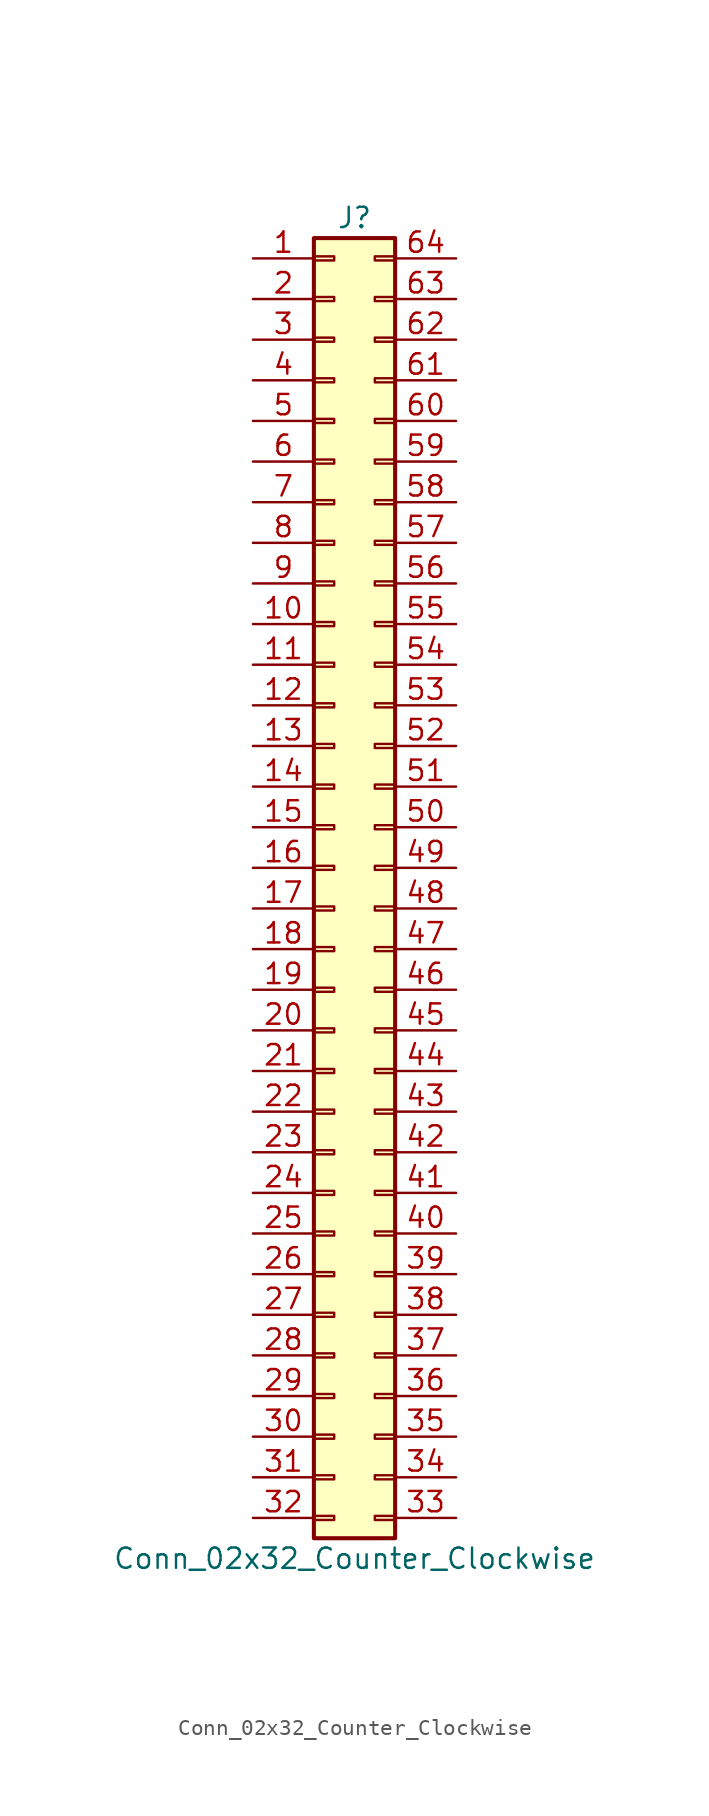
<source format=kicad_sym>
(kicad_symbol_lib
  (version 20201005)
  (generator kicad_symbol_editor)
  (symbol "Conn_02x32_Counter_Clockwise"
    (pin_names
      (offset 1.016) hide)
    (property "Reference" "J"
      (at 1.27 40.64 0)
      (effects (font (size 1.27 1.27))))
    (property "Value" "Conn_02x32_Counter_Clockwise"
      (at 1.27 -43.18 0)
      (effects (font (size 1.27 1.27))))
    (symbol "Conn_02x32_Counter_Clockwise_1_1"
      (rectangle (start -1.27 -40.513) (end 0 -40.767) (stroke (width 0.152)) (fill (type none)))
      (rectangle (start -1.27 -37.973) (end 0 -38.227) (stroke (width 0.152)) (fill (type none)))
      (rectangle (start -1.27 -35.433) (end 0 -35.687) (stroke (width 0.152)) (fill (type none)))
      (rectangle (start -1.27 -32.893) (end 0 -33.147) (stroke (width 0.152)) (fill (type none)))
      (rectangle (start -1.27 -30.353) (end 0 -30.607) (stroke (width 0.152)) (fill (type none)))
      (rectangle (start -1.27 -27.813) (end 0 -28.067) (stroke (width 0.152)) (fill (type none)))
      (rectangle (start -1.27 -25.273) (end 0 -25.527) (stroke (width 0.152)) (fill (type none)))
      (rectangle (start -1.27 -22.733) (end 0 -22.987) (stroke (width 0.152)) (fill (type none)))
      (rectangle (start -1.27 -20.193) (end 0 -20.447) (stroke (width 0.152)) (fill (type none)))
      (rectangle (start -1.27 -17.653) (end 0 -17.907) (stroke (width 0.152)) (fill (type none)))
      (rectangle (start -1.27 -15.113) (end 0 -15.367) (stroke (width 0.152)) (fill (type none)))
      (rectangle (start -1.27 -12.573) (end 0 -12.827) (stroke (width 0.152)) (fill (type none)))
      (rectangle (start -1.27 -10.033) (end 0 -10.287) (stroke (width 0.152)) (fill (type none)))
      (rectangle (start -1.27 -7.493) (end 0 -7.747) (stroke (width 0.152)) (fill (type none)))
      (rectangle (start -1.27 -4.953) (end 0 -5.207) (stroke (width 0.152)) (fill (type none)))
      (rectangle (start -1.27 -2.413) (end 0 -2.667) (stroke (width 0.152)) (fill (type none)))
      (rectangle (start -1.27 0.127) (end 0 -0.127) (stroke (width 0.152)) (fill (type none)))
      (rectangle (start -1.27 2.667) (end 0 2.413) (stroke (width 0.152)) (fill (type none)))
      (rectangle (start -1.27 5.207) (end 0 4.953) (stroke (width 0.152)) (fill (type none)))
      (rectangle (start -1.27 7.747) (end 0 7.493) (stroke (width 0.152)) (fill (type none)))
      (rectangle (start -1.27 10.287) (end 0 10.033) (stroke (width 0.152)) (fill (type none)))
      (rectangle (start -1.27 12.827) (end 0 12.573) (stroke (width 0.152)) (fill (type none)))
      (rectangle (start -1.27 15.367) (end 0 15.113) (stroke (width 0.152)) (fill (type none)))
      (rectangle (start -1.27 17.907) (end 0 17.653) (stroke (width 0.152)) (fill (type none)))
      (rectangle (start -1.27 20.447) (end 0 20.193) (stroke (width 0.152)) (fill (type none)))
      (rectangle (start -1.27 22.987) (end 0 22.733) (stroke (width 0.152)) (fill (type none)))
      (rectangle (start -1.27 25.527) (end 0 25.273) (stroke (width 0.152)) (fill (type none)))
      (rectangle (start -1.27 28.067) (end 0 27.813) (stroke (width 0.152)) (fill (type none)))
      (rectangle (start -1.27 30.607) (end 0 30.353) (stroke (width 0.152)) (fill (type none)))
      (rectangle (start -1.27 33.147) (end 0 32.893) (stroke (width 0.152)) (fill (type none)))
      (rectangle (start -1.27 35.687) (end 0 35.433) (stroke (width 0.152)) (fill (type none)))
      (rectangle (start -1.27 38.227) (end 0 37.973) (stroke (width 0.152)) (fill (type none)))
      (rectangle (start -1.27 39.37) (end 3.81 -41.91) (stroke (width 0.254)) (fill (type background)))
      (rectangle (start 3.81 -40.513) (end 2.54 -40.767) (stroke (width 0.152)) (fill (type none)))
      (rectangle (start 3.81 -37.973) (end 2.54 -38.227) (stroke (width 0.152)) (fill (type none)))
      (rectangle (start 3.81 -35.433) (end 2.54 -35.687) (stroke (width 0.152)) (fill (type none)))
      (rectangle (start 3.81 -32.893) (end 2.54 -33.147) (stroke (width 0.152)) (fill (type none)))
      (rectangle (start 3.81 -30.353) (end 2.54 -30.607) (stroke (width 0.152)) (fill (type none)))
      (rectangle (start 3.81 -27.813) (end 2.54 -28.067) (stroke (width 0.152)) (fill (type none)))
      (rectangle (start 3.81 -25.273) (end 2.54 -25.527) (stroke (width 0.152)) (fill (type none)))
      (rectangle (start 3.81 -22.733) (end 2.54 -22.987) (stroke (width 0.152)) (fill (type none)))
      (rectangle (start 3.81 -20.193) (end 2.54 -20.447) (stroke (width 0.152)) (fill (type none)))
      (rectangle (start 3.81 -17.653) (end 2.54 -17.907) (stroke (width 0.152)) (fill (type none)))
      (rectangle (start 3.81 -15.113) (end 2.54 -15.367) (stroke (width 0.152)) (fill (type none)))
      (rectangle (start 3.81 -12.573) (end 2.54 -12.827) (stroke (width 0.152)) (fill (type none)))
      (rectangle (start 3.81 -10.033) (end 2.54 -10.287) (stroke (width 0.152)) (fill (type none)))
      (rectangle (start 3.81 -7.493) (end 2.54 -7.747) (stroke (width 0.152)) (fill (type none)))
      (rectangle (start 3.81 -4.953) (end 2.54 -5.207) (stroke (width 0.152)) (fill (type none)))
      (rectangle (start 3.81 -2.413) (end 2.54 -2.667) (stroke (width 0.152)) (fill (type none)))
      (rectangle (start 3.81 0.127) (end 2.54 -0.127) (stroke (width 0.152)) (fill (type none)))
      (rectangle (start 3.81 2.667) (end 2.54 2.413) (stroke (width 0.152)) (fill (type none)))
      (rectangle (start 3.81 5.207) (end 2.54 4.953) (stroke (width 0.152)) (fill (type none)))
      (rectangle (start 3.81 7.747) (end 2.54 7.493) (stroke (width 0.152)) (fill (type none)))
      (rectangle (start 3.81 10.287) (end 2.54 10.033) (stroke (width 0.152)) (fill (type none)))
      (rectangle (start 3.81 12.827) (end 2.54 12.573) (stroke (width 0.152)) (fill (type none)))
      (rectangle (start 3.81 15.367) (end 2.54 15.113) (stroke (width 0.152)) (fill (type none)))
      (rectangle (start 3.81 17.907) (end 2.54 17.653) (stroke (width 0.152)) (fill (type none)))
      (rectangle (start 3.81 20.447) (end 2.54 20.193) (stroke (width 0.152)) (fill (type none)))
      (rectangle (start 3.81 22.987) (end 2.54 22.733) (stroke (width 0.152)) (fill (type none)))
      (rectangle (start 3.81 25.527) (end 2.54 25.273) (stroke (width 0.152)) (fill (type none)))
      (rectangle (start 3.81 28.067) (end 2.54 27.813) (stroke (width 0.152)) (fill (type none)))
      (rectangle (start 3.81 30.607) (end 2.54 30.353) (stroke (width 0.152)) (fill (type none)))
      (rectangle (start 3.81 33.147) (end 2.54 32.893) (stroke (width 0.152)) (fill (type none)))
      (rectangle (start 3.81 35.687) (end 2.54 35.433) (stroke (width 0.152)) (fill (type none)))
      (rectangle (start 3.81 38.227) (end 2.54 37.973) (stroke (width 0.152)) (fill (type none)))
      (pin passive line (at -5.08 38.1 0) (length 3.81) (name "Pin_1" (effects (font (size 1.27 1.27)))) (number "1" (effects (font (size 1.27 1.27)))))
      (pin passive line (at -5.08 15.24 0) (length 3.81) (name "Pin_10" (effects (font (size 1.27 1.27)))) (number "10" (effects (font (size 1.27 1.27)))))
      (pin passive line (at -5.08 12.7 0) (length 3.81) (name "Pin_11" (effects (font (size 1.27 1.27)))) (number "11" (effects (font (size 1.27 1.27)))))
      (pin passive line (at -5.08 10.16 0) (length 3.81) (name "Pin_12" (effects (font (size 1.27 1.27)))) (number "12" (effects (font (size 1.27 1.27)))))
      (pin passive line (at -5.08 7.62 0) (length 3.81) (name "Pin_13" (effects (font (size 1.27 1.27)))) (number "13" (effects (font (size 1.27 1.27)))))
      (pin passive line (at -5.08 5.08 0) (length 3.81) (name "Pin_14" (effects (font (size 1.27 1.27)))) (number "14" (effects (font (size 1.27 1.27)))))
      (pin passive line (at -5.08 2.54 0) (length 3.81) (name "Pin_15" (effects (font (size 1.27 1.27)))) (number "15" (effects (font (size 1.27 1.27)))))
      (pin passive line (at -5.08 0 0) (length 3.81) (name "Pin_16" (effects (font (size 1.27 1.27)))) (number "16" (effects (font (size 1.27 1.27)))))
      (pin passive line (at -5.08 -2.54 0) (length 3.81) (name "Pin_17" (effects (font (size 1.27 1.27)))) (number "17" (effects (font (size 1.27 1.27)))))
      (pin passive line (at -5.08 -5.08 0) (length 3.81) (name "Pin_18" (effects (font (size 1.27 1.27)))) (number "18" (effects (font (size 1.27 1.27)))))
      (pin passive line (at -5.08 -7.62 0) (length 3.81) (name "Pin_19" (effects (font (size 1.27 1.27)))) (number "19" (effects (font (size 1.27 1.27)))))
      (pin passive line (at -5.08 35.56 0) (length 3.81) (name "Pin_2" (effects (font (size 1.27 1.27)))) (number "2" (effects (font (size 1.27 1.27)))))
      (pin passive line (at -5.08 -10.16 0) (length 3.81) (name "Pin_20" (effects (font (size 1.27 1.27)))) (number "20" (effects (font (size 1.27 1.27)))))
      (pin passive line (at -5.08 -12.7 0) (length 3.81) (name "Pin_21" (effects (font (size 1.27 1.27)))) (number "21" (effects (font (size 1.27 1.27)))))
      (pin passive line (at -5.08 -15.24 0) (length 3.81) (name "Pin_22" (effects (font (size 1.27 1.27)))) (number "22" (effects (font (size 1.27 1.27)))))
      (pin passive line (at -5.08 -17.78 0) (length 3.81) (name "Pin_23" (effects (font (size 1.27 1.27)))) (number "23" (effects (font (size 1.27 1.27)))))
      (pin passive line (at -5.08 -20.32 0) (length 3.81) (name "Pin_24" (effects (font (size 1.27 1.27)))) (number "24" (effects (font (size 1.27 1.27)))))
      (pin passive line (at -5.08 -22.86 0) (length 3.81) (name "Pin_25" (effects (font (size 1.27 1.27)))) (number "25" (effects (font (size 1.27 1.27)))))
      (pin passive line (at -5.08 -25.4 0) (length 3.81) (name "Pin_26" (effects (font (size 1.27 1.27)))) (number "26" (effects (font (size 1.27 1.27)))))
      (pin passive line (at -5.08 -27.94 0) (length 3.81) (name "Pin_27" (effects (font (size 1.27 1.27)))) (number "27" (effects (font (size 1.27 1.27)))))
      (pin passive line (at -5.08 -30.48 0) (length 3.81) (name "Pin_28" (effects (font (size 1.27 1.27)))) (number "28" (effects (font (size 1.27 1.27)))))
      (pin passive line (at -5.08 -33.02 0) (length 3.81) (name "Pin_29" (effects (font (size 1.27 1.27)))) (number "29" (effects (font (size 1.27 1.27)))))
      (pin passive line (at -5.08 33.02 0) (length 3.81) (name "Pin_3" (effects (font (size 1.27 1.27)))) (number "3" (effects (font (size 1.27 1.27)))))
      (pin passive line (at -5.08 -35.56 0) (length 3.81) (name "Pin_30" (effects (font (size 1.27 1.27)))) (number "30" (effects (font (size 1.27 1.27)))))
      (pin passive line (at -5.08 -38.1 0) (length 3.81) (name "Pin_31" (effects (font (size 1.27 1.27)))) (number "31" (effects (font (size 1.27 1.27)))))
      (pin passive line (at -5.08 -40.64 0) (length 3.81) (name "Pin_32" (effects (font (size 1.27 1.27)))) (number "32" (effects (font (size 1.27 1.27)))))
      (pin passive line (at 7.62 -40.64 180) (length 3.81) (name "Pin_33" (effects (font (size 1.27 1.27)))) (number "33" (effects (font (size 1.27 1.27)))))
      (pin passive line (at 7.62 -38.1 180) (length 3.81) (name "Pin_34" (effects (font (size 1.27 1.27)))) (number "34" (effects (font (size 1.27 1.27)))))
      (pin passive line (at 7.62 -35.56 180) (length 3.81) (name "Pin_35" (effects (font (size 1.27 1.27)))) (number "35" (effects (font (size 1.27 1.27)))))
      (pin passive line (at 7.62 -33.02 180) (length 3.81) (name "Pin_36" (effects (font (size 1.27 1.27)))) (number "36" (effects (font (size 1.27 1.27)))))
      (pin passive line (at 7.62 -30.48 180) (length 3.81) (name "Pin_37" (effects (font (size 1.27 1.27)))) (number "37" (effects (font (size 1.27 1.27)))))
      (pin passive line (at 7.62 -27.94 180) (length 3.81) (name "Pin_38" (effects (font (size 1.27 1.27)))) (number "38" (effects (font (size 1.27 1.27)))))
      (pin passive line (at 7.62 -25.4 180) (length 3.81) (name "Pin_39" (effects (font (size 1.27 1.27)))) (number "39" (effects (font (size 1.27 1.27)))))
      (pin passive line (at -5.08 30.48 0) (length 3.81) (name "Pin_4" (effects (font (size 1.27 1.27)))) (number "4" (effects (font (size 1.27 1.27)))))
      (pin passive line (at 7.62 -22.86 180) (length 3.81) (name "Pin_40" (effects (font (size 1.27 1.27)))) (number "40" (effects (font (size 1.27 1.27)))))
      (pin passive line (at 7.62 -20.32 180) (length 3.81) (name "Pin_41" (effects (font (size 1.27 1.27)))) (number "41" (effects (font (size 1.27 1.27)))))
      (pin passive line (at 7.62 -17.78 180) (length 3.81) (name "Pin_42" (effects (font (size 1.27 1.27)))) (number "42" (effects (font (size 1.27 1.27)))))
      (pin passive line (at 7.62 -15.24 180) (length 3.81) (name "Pin_43" (effects (font (size 1.27 1.27)))) (number "43" (effects (font (size 1.27 1.27)))))
      (pin passive line (at 7.62 -12.7 180) (length 3.81) (name "Pin_44" (effects (font (size 1.27 1.27)))) (number "44" (effects (font (size 1.27 1.27)))))
      (pin passive line (at 7.62 -10.16 180) (length 3.81) (name "Pin_45" (effects (font (size 1.27 1.27)))) (number "45" (effects (font (size 1.27 1.27)))))
      (pin passive line (at 7.62 -7.62 180) (length 3.81) (name "Pin_46" (effects (font (size 1.27 1.27)))) (number "46" (effects (font (size 1.27 1.27)))))
      (pin passive line (at 7.62 -5.08 180) (length 3.81) (name "Pin_47" (effects (font (size 1.27 1.27)))) (number "47" (effects (font (size 1.27 1.27)))))
      (pin passive line (at 7.62 -2.54 180) (length 3.81) (name "Pin_48" (effects (font (size 1.27 1.27)))) (number "48" (effects (font (size 1.27 1.27)))))
      (pin passive line (at 7.62 0 180) (length 3.81) (name "Pin_49" (effects (font (size 1.27 1.27)))) (number "49" (effects (font (size 1.27 1.27)))))
      (pin passive line (at -5.08 27.94 0) (length 3.81) (name "Pin_5" (effects (font (size 1.27 1.27)))) (number "5" (effects (font (size 1.27 1.27)))))
      (pin passive line (at 7.62 2.54 180) (length 3.81) (name "Pin_50" (effects (font (size 1.27 1.27)))) (number "50" (effects (font (size 1.27 1.27)))))
      (pin passive line (at 7.62 5.08 180) (length 3.81) (name "Pin_51" (effects (font (size 1.27 1.27)))) (number "51" (effects (font (size 1.27 1.27)))))
      (pin passive line (at 7.62 7.62 180) (length 3.81) (name "Pin_52" (effects (font (size 1.27 1.27)))) (number "52" (effects (font (size 1.27 1.27)))))
      (pin passive line (at 7.62 10.16 180) (length 3.81) (name "Pin_53" (effects (font (size 1.27 1.27)))) (number "53" (effects (font (size 1.27 1.27)))))
      (pin passive line (at 7.62 12.7 180) (length 3.81) (name "Pin_54" (effects (font (size 1.27 1.27)))) (number "54" (effects (font (size 1.27 1.27)))))
      (pin passive line (at 7.62 15.24 180) (length 3.81) (name "Pin_55" (effects (font (size 1.27 1.27)))) (number "55" (effects (font (size 1.27 1.27)))))
      (pin passive line (at 7.62 17.78 180) (length 3.81) (name "Pin_56" (effects (font (size 1.27 1.27)))) (number "56" (effects (font (size 1.27 1.27)))))
      (pin passive line (at 7.62 20.32 180) (length 3.81) (name "Pin_57" (effects (font (size 1.27 1.27)))) (number "57" (effects (font (size 1.27 1.27)))))
      (pin passive line (at 7.62 22.86 180) (length 3.81) (name "Pin_58" (effects (font (size 1.27 1.27)))) (number "58" (effects (font (size 1.27 1.27)))))
      (pin passive line (at 7.62 25.4 180) (length 3.81) (name "Pin_59" (effects (font (size 1.27 1.27)))) (number "59" (effects (font (size 1.27 1.27)))))
      (pin passive line (at -5.08 25.4 0) (length 3.81) (name "Pin_6" (effects (font (size 1.27 1.27)))) (number "6" (effects (font (size 1.27 1.27)))))
      (pin passive line (at 7.62 27.94 180) (length 3.81) (name "Pin_60" (effects (font (size 1.27 1.27)))) (number "60" (effects (font (size 1.27 1.27)))))
      (pin passive line (at 7.62 30.48 180) (length 3.81) (name "Pin_61" (effects (font (size 1.27 1.27)))) (number "61" (effects (font (size 1.27 1.27)))))
      (pin passive line (at 7.62 33.02 180) (length 3.81) (name "Pin_62" (effects (font (size 1.27 1.27)))) (number "62" (effects (font (size 1.27 1.27)))))
      (pin passive line (at 7.62 35.56 180) (length 3.81) (name "Pin_63" (effects (font (size 1.27 1.27)))) (number "63" (effects (font (size 1.27 1.27)))))
      (pin passive line (at 7.62 38.1 180) (length 3.81) (name "Pin_64" (effects (font (size 1.27 1.27)))) (number "64" (effects (font (size 1.27 1.27)))))
      (pin passive line (at -5.08 22.86 0) (length 3.81) (name "Pin_7" (effects (font (size 1.27 1.27)))) (number "7" (effects (font (size 1.27 1.27)))))
      (pin passive line (at -5.08 20.32 0) (length 3.81) (name "Pin_8" (effects (font (size 1.27 1.27)))) (number "8" (effects (font (size 1.27 1.27)))))
      (pin passive line (at -5.08 17.78 0) (length 3.81) (name "Pin_9" (effects (font (size 1.27 1.27)))) (number "9" (effects (font (size 1.27 1.27))))))))
</source>
